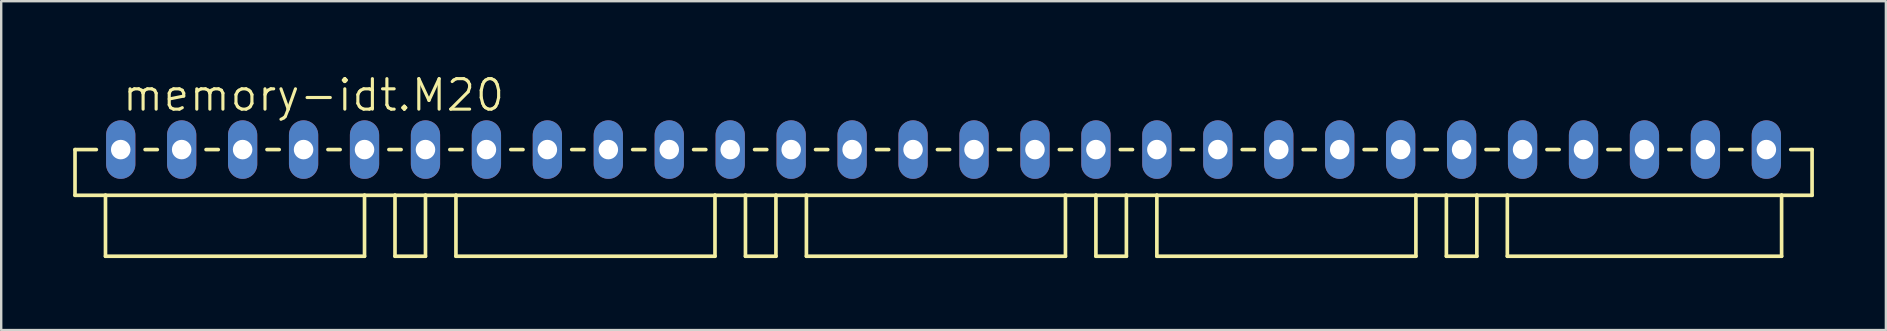
<source format=kicad_pcb>
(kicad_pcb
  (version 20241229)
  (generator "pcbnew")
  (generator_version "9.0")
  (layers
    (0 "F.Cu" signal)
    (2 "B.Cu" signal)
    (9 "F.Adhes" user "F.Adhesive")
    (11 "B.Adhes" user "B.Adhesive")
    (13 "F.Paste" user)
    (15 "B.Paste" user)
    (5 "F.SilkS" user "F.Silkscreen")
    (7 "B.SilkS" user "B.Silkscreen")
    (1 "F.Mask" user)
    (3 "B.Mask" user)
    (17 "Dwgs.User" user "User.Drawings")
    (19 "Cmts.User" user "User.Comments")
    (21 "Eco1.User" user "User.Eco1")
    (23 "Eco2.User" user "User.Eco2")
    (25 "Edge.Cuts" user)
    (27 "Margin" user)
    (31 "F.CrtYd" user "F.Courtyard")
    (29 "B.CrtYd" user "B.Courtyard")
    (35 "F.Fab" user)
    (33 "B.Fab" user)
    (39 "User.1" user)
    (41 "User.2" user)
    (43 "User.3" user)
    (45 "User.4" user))
  (footprint "memory-idt.M20"
    (layer "F.Cu")
    (at 36.271 4.454)
    (property "Reference" "memory-idt.M20" (at -34.29 -2.794 0) (layer "F.SilkS") (effects (font (size 1.27 1.27) (thickness 0.13)) (justify left bottom)))
    (attr through_hole)
    (fp_line (start -36.195 -1.27) (end -36.195 0.635) (stroke (width 0.152) (type default)) (layer "F.SilkS"))
    (fp_line (start -36.195 0.635) (end -34.925 0.635) (stroke (width 0.152) (type default)) (layer "F.SilkS"))
    (fp_line (start -35.306 -1.27) (end -36.195 -1.27) (stroke (width 0.152) (type default)) (layer "F.SilkS"))
    (fp_line (start -34.925 0.635) (end -34.925 3.175) (stroke (width 0.152) (type default)) (layer "F.SilkS"))
    (fp_line (start -34.925 0.635) (end -24.13 0.635) (stroke (width 0.152) (type default)) (layer "F.SilkS"))
    (fp_line (start -34.925 3.175) (end -24.13 3.175) (stroke (width 0.152) (type default)) (layer "F.SilkS"))
    (fp_line (start -33.274 -1.27) (end -32.766 -1.27) (stroke (width 0.152) (type default)) (layer "F.SilkS"))
    (fp_line (start -30.734 -1.27) (end -30.226 -1.27) (stroke (width 0.152) (type default)) (layer "F.SilkS"))
    (fp_line (start -28.194 -1.27) (end -27.686 -1.27) (stroke (width 0.152) (type default)) (layer "F.SilkS"))
    (fp_line (start -25.654 -1.27) (end -25.146 -1.27) (stroke (width 0.152) (type default)) (layer "F.SilkS"))
    (fp_line (start -24.13 0.635) (end -22.86 0.635) (stroke (width 0.152) (type default)) (layer "F.SilkS"))
    (fp_line (start -24.13 3.175) (end -24.13 0.635) (stroke (width 0.152) (type default)) (layer "F.SilkS"))
    (fp_line (start -23.114 -1.27) (end -22.606 -1.27) (stroke (width 0.152) (type default)) (layer "F.SilkS"))
    (fp_line (start -22.86 0.635) (end -22.86 3.175) (stroke (width 0.152) (type default)) (layer "F.SilkS"))
    (fp_line (start -22.86 0.635) (end -21.59 0.635) (stroke (width 0.152) (type default)) (layer "F.SilkS"))
    (fp_line (start -22.86 3.175) (end -21.59 3.175) (stroke (width 0.152) (type default)) (layer "F.SilkS"))
    (fp_line (start -21.59 0.635) (end -20.32 0.635) (stroke (width 0.152) (type default)) (layer "F.SilkS"))
    (fp_line (start -21.59 3.175) (end -21.59 0.635) (stroke (width 0.152) (type default)) (layer "F.SilkS"))
    (fp_line (start -20.574 -1.27) (end -20.066 -1.27) (stroke (width 0.152) (type default)) (layer "F.SilkS"))
    (fp_line (start -20.32 0.635) (end -20.32 3.175) (stroke (width 0.152) (type default)) (layer "F.SilkS"))
    (fp_line (start -20.32 0.635) (end -9.525 0.635) (stroke (width 0.152) (type default)) (layer "F.SilkS"))
    (fp_line (start -20.32 3.175) (end -9.525 3.175) (stroke (width 0.152) (type default)) (layer "F.SilkS"))
    (fp_line (start -18.034 -1.27) (end -17.526 -1.27) (stroke (width 0.152) (type default)) (layer "F.SilkS"))
    (fp_line (start -15.494 -1.27) (end -14.986 -1.27) (stroke (width 0.152) (type default)) (layer "F.SilkS"))
    (fp_line (start -12.954 -1.27) (end -12.446 -1.27) (stroke (width 0.152) (type default)) (layer "F.SilkS"))
    (fp_line (start -10.414 -1.27) (end -9.906 -1.27) (stroke (width 0.152) (type default)) (layer "F.SilkS"))
    (fp_line (start -9.525 0.635) (end -8.255 0.635) (stroke (width 0.152) (type default)) (layer "F.SilkS"))
    (fp_line (start -9.525 3.175) (end -9.525 0.635) (stroke (width 0.152) (type default)) (layer "F.SilkS"))
    (fp_line (start -8.255 0.635) (end -8.255 3.175) (stroke (width 0.152) (type default)) (layer "F.SilkS"))
    (fp_line (start -8.255 0.635) (end -6.985 0.635) (stroke (width 0.152) (type default)) (layer "F.SilkS"))
    (fp_line (start -8.255 3.175) (end -6.985 3.175) (stroke (width 0.152) (type default)) (layer "F.SilkS"))
    (fp_line (start -7.874 -1.27) (end -7.366 -1.27) (stroke (width 0.152) (type default)) (layer "F.SilkS"))
    (fp_line (start -6.985 0.635) (end -5.715 0.635) (stroke (width 0.152) (type default)) (layer "F.SilkS"))
    (fp_line (start -6.985 3.175) (end -6.985 0.635) (stroke (width 0.152) (type default)) (layer "F.SilkS"))
    (fp_line (start -5.715 0.635) (end -5.715 3.175) (stroke (width 0.152) (type default)) (layer "F.SilkS"))
    (fp_line (start -5.715 0.635) (end 5.08 0.635) (stroke (width 0.152) (type default)) (layer "F.SilkS"))
    (fp_line (start -5.715 3.175) (end 5.08 3.175) (stroke (width 0.152) (type default)) (layer "F.SilkS"))
    (fp_line (start -5.334 -1.27) (end -4.826 -1.27) (stroke (width 0.152) (type default)) (layer "F.SilkS"))
    (fp_line (start -2.794 -1.27) (end -2.286 -1.27) (stroke (width 0.152) (type default)) (layer "F.SilkS"))
    (fp_line (start -0.254 -1.27) (end 0.254 -1.27) (stroke (width 0.152) (type default)) (layer "F.SilkS"))
    (fp_line (start 2.286 -1.27) (end 2.794 -1.27) (stroke (width 0.152) (type default)) (layer "F.SilkS"))
    (fp_line (start 4.826 -1.27) (end 5.334 -1.27) (stroke (width 0.152) (type default)) (layer "F.SilkS"))
    (fp_line (start 5.08 0.635) (end 6.35 0.635) (stroke (width 0.152) (type default)) (layer "F.SilkS"))
    (fp_line (start 5.08 3.175) (end 5.08 0.635) (stroke (width 0.152) (type default)) (layer "F.SilkS"))
    (fp_line (start 6.35 0.635) (end 6.35 3.175) (stroke (width 0.152) (type default)) (layer "F.SilkS"))
    (fp_line (start 6.35 0.635) (end 7.62 0.635) (stroke (width 0.152) (type default)) (layer "F.SilkS"))
    (fp_line (start 6.35 3.175) (end 7.62 3.175) (stroke (width 0.152) (type default)) (layer "F.SilkS"))
    (fp_line (start 7.366 -1.27) (end 7.874 -1.27) (stroke (width 0.152) (type default)) (layer "F.SilkS"))
    (fp_line (start 7.62 0.635) (end 8.89 0.635) (stroke (width 0.152) (type default)) (layer "F.SilkS"))
    (fp_line (start 7.62 3.175) (end 7.62 0.635) (stroke (width 0.152) (type default)) (layer "F.SilkS"))
    (fp_line (start 8.89 0.635) (end 19.685 0.635) (stroke (width 0.152) (type default)) (layer "F.SilkS"))
    (fp_line (start 8.89 3.175) (end 8.89 0.635) (stroke (width 0.152) (type default)) (layer "F.SilkS"))
    (fp_line (start 9.906 -1.27) (end 10.414 -1.27) (stroke (width 0.152) (type default)) (layer "F.SilkS"))
    (fp_line (start 12.446 -1.27) (end 12.954 -1.27) (stroke (width 0.152) (type default)) (layer "F.SilkS"))
    (fp_line (start 14.986 -1.27) (end 15.494 -1.27) (stroke (width 0.152) (type default)) (layer "F.SilkS"))
    (fp_line (start 17.526 -1.27) (end 18.034 -1.27) (stroke (width 0.152) (type default)) (layer "F.SilkS"))
    (fp_line (start 19.685 0.635) (end 19.685 3.175) (stroke (width 0.152) (type default)) (layer "F.SilkS"))
    (fp_line (start 19.685 0.635) (end 20.955 0.635) (stroke (width 0.152) (type default)) (layer "F.SilkS"))
    (fp_line (start 19.685 3.175) (end 8.89 3.175) (stroke (width 0.152) (type default)) (layer "F.SilkS"))
    (fp_line (start 20.066 -1.27) (end 20.574 -1.27) (stroke (width 0.152) (type default)) (layer "F.SilkS"))
    (fp_line (start 20.955 0.635) (end 20.955 3.175) (stroke (width 0.152) (type default)) (layer "F.SilkS"))
    (fp_line (start 20.955 0.635) (end 22.225 0.635) (stroke (width 0.152) (type default)) (layer "F.SilkS"))
    (fp_line (start 20.955 3.175) (end 22.225 3.175) (stroke (width 0.152) (type default)) (layer "F.SilkS"))
    (fp_line (start 22.225 0.635) (end 23.495 0.635) (stroke (width 0.152) (type default)) (layer "F.SilkS"))
    (fp_line (start 22.225 3.175) (end 22.225 0.635) (stroke (width 0.152) (type default)) (layer "F.SilkS"))
    (fp_line (start 22.606 -1.27) (end 23.114 -1.27) (stroke (width 0.152) (type default)) (layer "F.SilkS"))
    (fp_line (start 23.495 0.635) (end 34.925 0.635) (stroke (width 0.152) (type default)) (layer "F.SilkS"))
    (fp_line (start 23.495 3.175) (end 23.495 0.635) (stroke (width 0.152) (type default)) (layer "F.SilkS"))
    (fp_line (start 25.146 -1.27) (end 25.654 -1.27) (stroke (width 0.152) (type default)) (layer "F.SilkS"))
    (fp_line (start 27.686 -1.27) (end 28.194 -1.27) (stroke (width 0.152) (type default)) (layer "F.SilkS"))
    (fp_line (start 30.226 -1.27) (end 30.734 -1.27) (stroke (width 0.152) (type default)) (layer "F.SilkS"))
    (fp_line (start 32.766 -1.27) (end 33.274 -1.27) (stroke (width 0.152) (type default)) (layer "F.SilkS"))
    (fp_line (start 34.925 0.635) (end 34.925 3.175) (stroke (width 0.152) (type default)) (layer "F.SilkS"))
    (fp_line (start 34.925 0.635) (end 36.195 0.635) (stroke (width 0.152) (type default)) (layer "F.SilkS"))
    (fp_line (start 34.925 3.175) (end 23.495 3.175) (stroke (width 0.152) (type default)) (layer "F.SilkS"))
    (fp_line (start 35.306 -1.27) (end 36.195 -1.27) (stroke (width 0.152) (type default)) (layer "F.SilkS"))
    (fp_line (start 36.195 0.635) (end 36.195 -1.27) (stroke (width 0.152) (type default)) (layer "F.SilkS"))
    (pad "1" thru_hole oval (at -34.29 -1.27 90) (size 2.438 1.219) (drill 0.813) (layers "*.Cu" "*.Mask"))
    (pad "2" thru_hole oval (at -31.75 -1.27 90) (size 2.438 1.219) (drill 0.813) (layers "*.Cu" "*.Mask"))
    (pad "3" thru_hole oval (at -29.21 -1.27 90) (size 2.438 1.219) (drill 0.813) (layers "*.Cu" "*.Mask"))
    (pad "4" thru_hole oval (at -26.67 -1.27 90) (size 2.438 1.219) (drill 0.813) (layers "*.Cu" "*.Mask"))
    (pad "5" thru_hole oval (at -24.13 -1.27 90) (size 2.438 1.219) (drill 0.813) (layers "*.Cu" "*.Mask"))
    (pad "6" thru_hole oval (at -21.59 -1.27 90) (size 2.438 1.219) (drill 0.813) (layers "*.Cu" "*.Mask"))
    (pad "7" thru_hole oval (at -19.05 -1.27 90) (size 2.438 1.219) (drill 0.813) (layers "*.Cu" "*.Mask"))
    (pad "8" thru_hole oval (at -16.51 -1.27 90) (size 2.438 1.219) (drill 0.813) (layers "*.Cu" "*.Mask"))
    (pad "9" thru_hole oval (at -13.97 -1.27 90) (size 2.438 1.219) (drill 0.813) (layers "*.Cu" "*.Mask"))
    (pad "10" thru_hole oval (at -11.43 -1.27 90) (size 2.438 1.219) (drill 0.813) (layers "*.Cu" "*.Mask"))
    (pad "11" thru_hole oval (at -8.89 -1.27 90) (size 2.438 1.219) (drill 0.813) (layers "*.Cu" "*.Mask"))
    (pad "12" thru_hole oval (at -6.35 -1.27 90) (size 2.438 1.219) (drill 0.813) (layers "*.Cu" "*.Mask"))
    (pad "13" thru_hole oval (at -3.81 -1.27 90) (size 2.438 1.219) (drill 0.813) (layers "*.Cu" "*.Mask"))
    (pad "14" thru_hole oval (at -1.27 -1.27 90) (size 2.438 1.219) (drill 0.813) (layers "*.Cu" "*.Mask"))
    (pad "15" thru_hole oval (at 1.27 -1.27 90) (size 2.438 1.219) (drill 0.813) (layers "*.Cu" "*.Mask"))
    (pad "16" thru_hole oval (at 3.81 -1.27 90) (size 2.438 1.219) (drill 0.813) (layers "*.Cu" "*.Mask"))
    (pad "17" thru_hole oval (at 6.35 -1.27 90) (size 2.438 1.219) (drill 0.813) (layers "*.Cu" "*.Mask"))
    (pad "18" thru_hole oval (at 8.89 -1.27 90) (size 2.438 1.219) (drill 0.813) (layers "*.Cu" "*.Mask"))
    (pad "19" thru_hole oval (at 11.43 -1.27 90) (size 2.438 1.219) (drill 0.813) (layers "*.Cu" "*.Mask"))
    (pad "20" thru_hole oval (at 13.97 -1.27 90) (size 2.438 1.219) (drill 0.813) (layers "*.Cu" "*.Mask"))
    (pad "21" thru_hole oval (at 16.51 -1.27 90) (size 2.438 1.219) (drill 0.813) (layers "*.Cu" "*.Mask"))
    (pad "22" thru_hole oval (at 19.05 -1.27 90) (size 2.438 1.219) (drill 0.813) (layers "*.Cu" "*.Mask"))
    (pad "23" thru_hole oval (at 21.59 -1.27 90) (size 2.438 1.219) (drill 0.813) (layers "*.Cu" "*.Mask"))
    (pad "24" thru_hole oval (at 24.13 -1.27 90) (size 2.438 1.219) (drill 0.813) (layers "*.Cu" "*.Mask"))
    (pad "25" thru_hole oval (at 26.67 -1.27 90) (size 2.438 1.219) (drill 0.813) (layers "*.Cu" "*.Mask"))
    (pad "26" thru_hole oval (at 29.21 -1.27 90) (size 2.438 1.219) (drill 0.813) (layers "*.Cu" "*.Mask"))
    (pad "27" thru_hole oval (at 31.75 -1.27 90) (size 2.438 1.219) (drill 0.813) (layers "*.Cu" "*.Mask"))
    (pad "28" thru_hole oval (at 34.29 -1.27 90) (size 2.438 1.219) (drill 0.813) (layers "*.Cu" "*.Mask")))
  (gr_rect
    (start -3 -3)
    (end 75.542 10.705)
    (stroke (width 0.1) (type default))
    (fill no)
    (layer "Edge.Cuts")))
</source>
